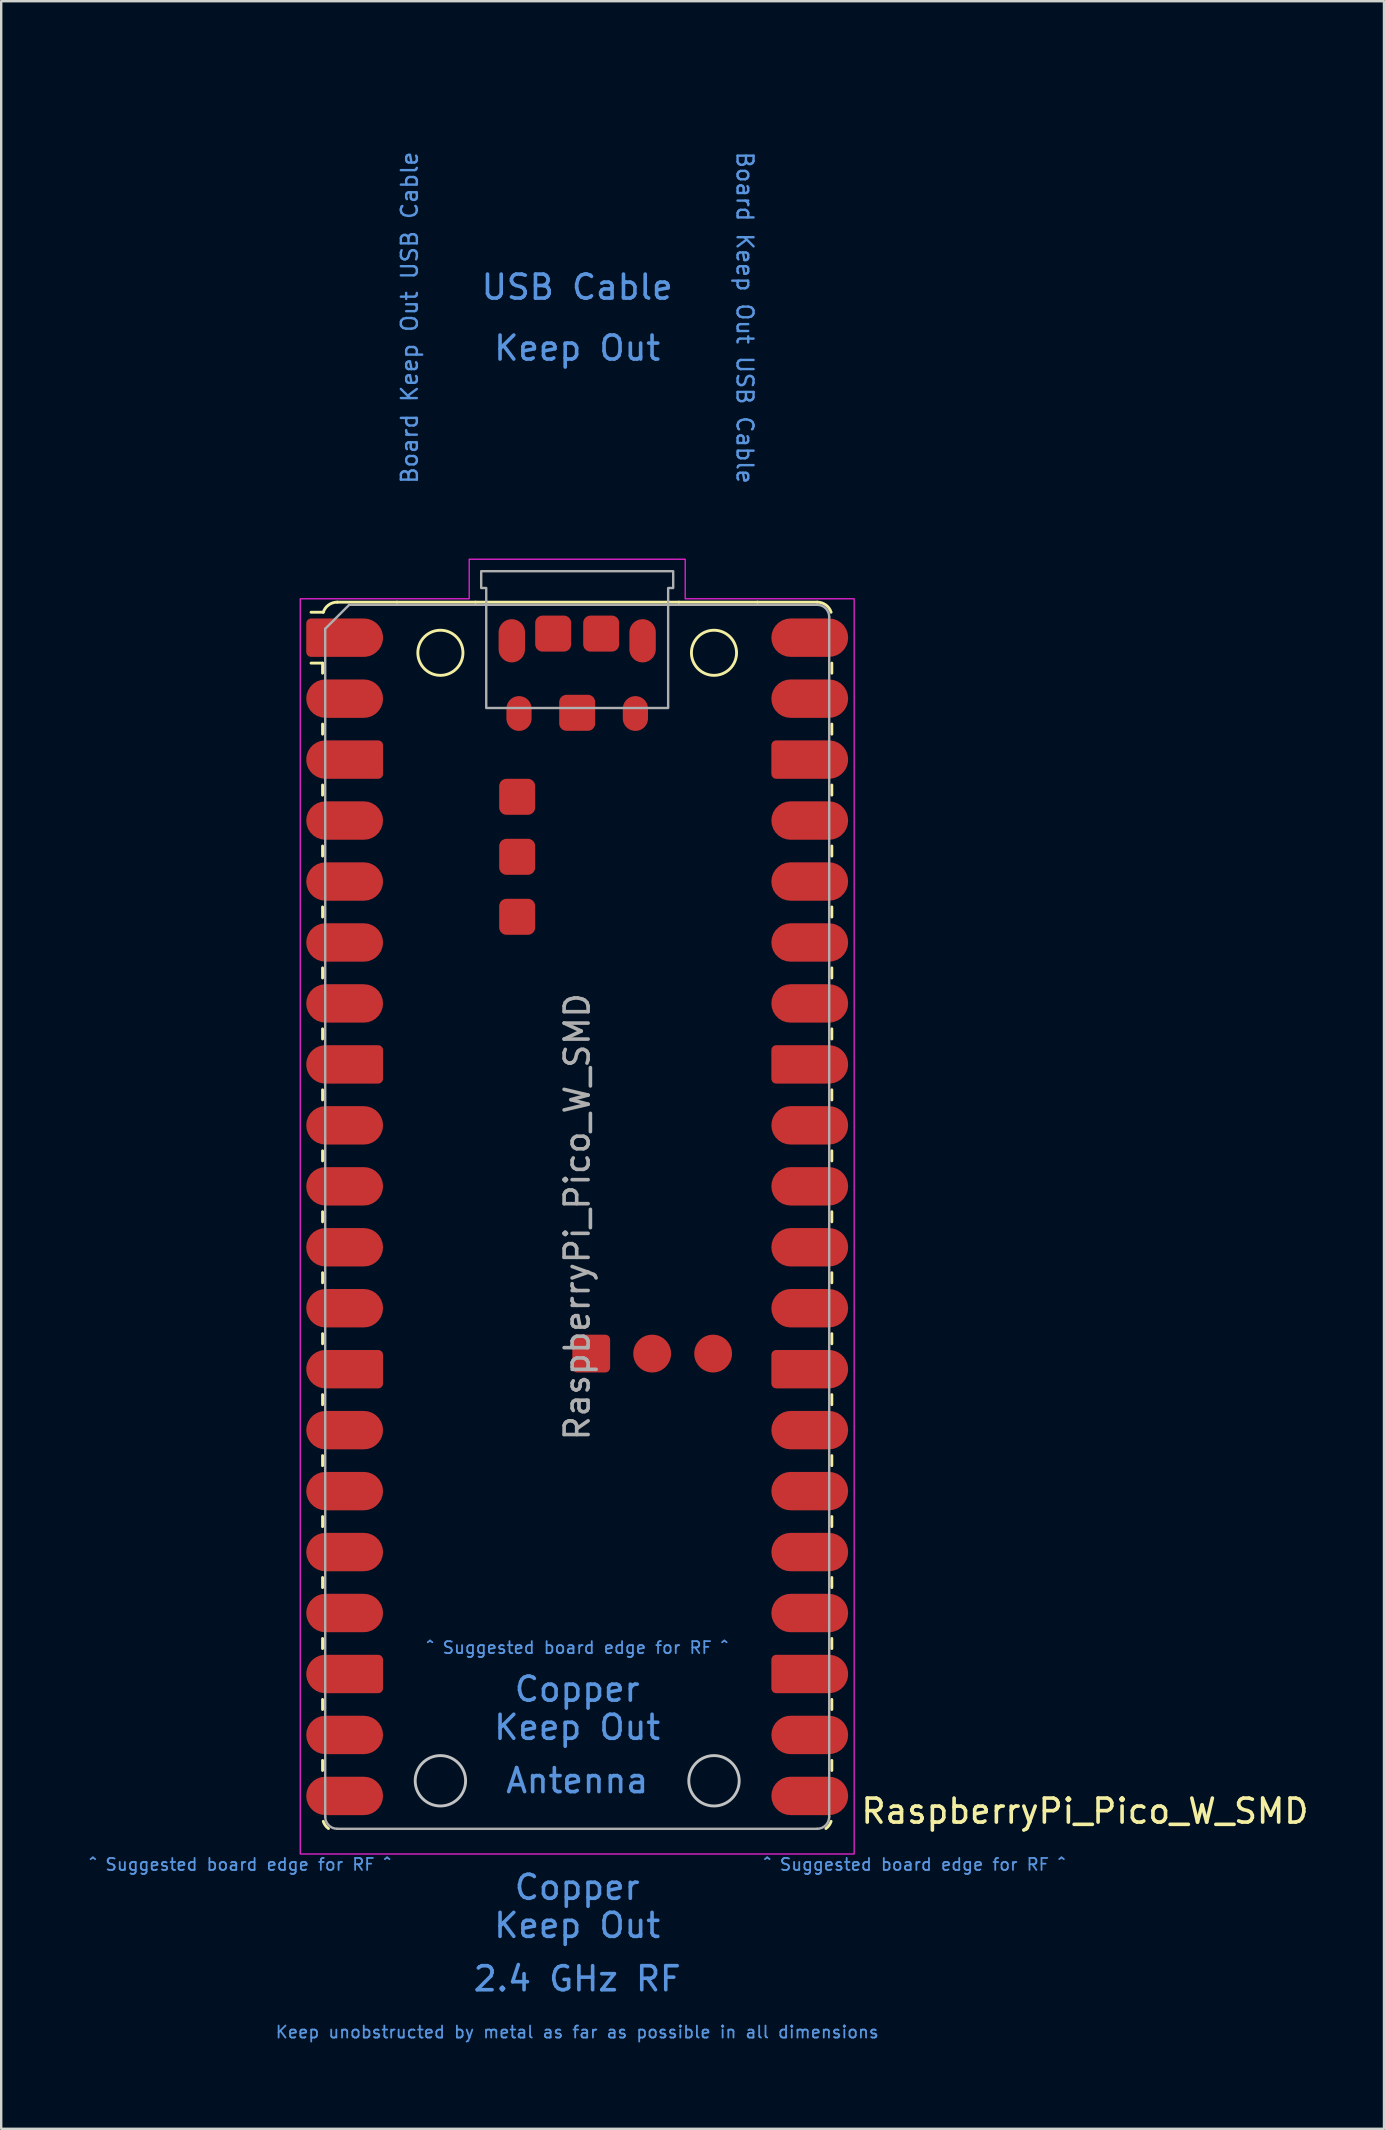
<source format=kicad_pcb>
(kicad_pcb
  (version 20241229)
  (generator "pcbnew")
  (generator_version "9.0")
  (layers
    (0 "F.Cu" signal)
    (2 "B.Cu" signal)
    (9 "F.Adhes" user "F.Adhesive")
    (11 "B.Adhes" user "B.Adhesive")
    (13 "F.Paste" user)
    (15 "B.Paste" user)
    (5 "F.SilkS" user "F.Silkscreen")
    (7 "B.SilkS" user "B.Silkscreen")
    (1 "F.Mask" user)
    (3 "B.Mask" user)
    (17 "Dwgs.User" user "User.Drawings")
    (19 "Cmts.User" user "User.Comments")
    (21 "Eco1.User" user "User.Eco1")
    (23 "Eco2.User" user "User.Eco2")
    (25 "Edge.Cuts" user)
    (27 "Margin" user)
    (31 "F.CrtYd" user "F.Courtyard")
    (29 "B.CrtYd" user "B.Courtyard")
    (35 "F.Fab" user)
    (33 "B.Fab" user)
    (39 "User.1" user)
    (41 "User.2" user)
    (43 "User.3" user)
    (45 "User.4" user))
  (footprint "RaspberryPi_Pico_W_SMD"
    (layer "F.Cu")
    (at 21 47.65)
    (property "Reference" "RaspberryPi_Pico_W_SMD" (at 11.748 24.765 0) (unlocked yes) (layer "F.SilkS") (effects (font (size 1 1) (thickness 0.15)) (justify left)))
    (attr smd)
    (fp_line (start -10.61 -23.07) (end -11.09 -23.07) (stroke (width 0.12) (type solid)) (layer "F.SilkS"))
    (fp_line (start -10.61 -23.07) (end -10.61 -22.65) (stroke (width 0.12) (type solid)) (layer "F.SilkS"))
    (fp_line (start -10.61 -20.53) (end -10.61 -20.11) (stroke (width 0.12) (type solid)) (layer "F.SilkS"))
    (fp_line (start -10.61 -17.99) (end -10.61 -17.57) (stroke (width 0.12) (type solid)) (layer "F.SilkS"))
    (fp_line (start -10.61 -15.45) (end -10.61 -15.03) (stroke (width 0.12) (type solid)) (layer "F.SilkS"))
    (fp_line (start -10.61 -12.91) (end -10.61 -12.49) (stroke (width 0.12) (type solid)) (layer "F.SilkS"))
    (fp_line (start -10.61 -10.37) (end -10.61 -9.95) (stroke (width 0.12) (type solid)) (layer "F.SilkS"))
    (fp_line (start -10.61 -7.83) (end -10.61 -7.41) (stroke (width 0.12) (type solid)) (layer "F.SilkS"))
    (fp_line (start -10.61 -5.29) (end -10.61 -4.87) (stroke (width 0.12) (type solid)) (layer "F.SilkS"))
    (fp_line (start -10.61 -2.75) (end -10.61 -2.33) (stroke (width 0.12) (type solid)) (layer "F.SilkS"))
    (fp_line (start -10.61 -0.21) (end -10.61 0.21) (stroke (width 0.12) (type solid)) (layer "F.SilkS"))
    (fp_line (start -10.61 2.33) (end -10.61 2.75) (stroke (width 0.12) (type solid)) (layer "F.SilkS"))
    (fp_line (start -10.61 4.87) (end -10.61 5.29) (stroke (width 0.12) (type solid)) (layer "F.SilkS"))
    (fp_line (start -10.61 7.41) (end -10.61 7.83) (stroke (width 0.12) (type solid)) (layer "F.SilkS"))
    (fp_line (start -10.61 9.95) (end -10.61 10.37) (stroke (width 0.12) (type solid)) (layer "F.SilkS"))
    (fp_line (start -10.61 12.49) (end -10.61 12.91) (stroke (width 0.12) (type solid)) (layer "F.SilkS"))
    (fp_line (start -10.61 15.03) (end -10.61 15.45) (stroke (width 0.12) (type solid)) (layer "F.SilkS"))
    (fp_line (start -10.61 17.57) (end -10.61 17.99) (stroke (width 0.12) (type solid)) (layer "F.SilkS"))
    (fp_line (start -10.61 20.11) (end -10.61 20.53) (stroke (width 0.12) (type solid)) (layer "F.SilkS"))
    (fp_line (start -10.61 22.65) (end -10.61 23.07) (stroke (width 0.12) (type solid)) (layer "F.SilkS"))
    (fp_line (start -10.58 -25.19) (end -11.09 -25.19) (stroke (width 0.12) (type solid)) (layer "F.SilkS"))
    (fp_line (start -10 -25.61) (end -7.51 -25.61) (stroke (width 0.12) (type solid)) (layer "F.SilkS"))
    (fp_line (start -7.51 -25.61) (end -4.235 -25.61) (stroke (width 0.12) (type solid)) (layer "F.SilkS"))
    (fp_line (start -4.235 -25.61) (end 4.235 -25.61) (stroke (width 0.12) (type solid)) (layer "F.SilkS"))
    (fp_line (start 4.235 -25.61) (end 7.51 -25.61) (stroke (width 0.12) (type solid)) (layer "F.SilkS"))
    (fp_line (start 10 -25.61) (end 7.51 -25.61) (stroke (width 0.12) (type solid)) (layer "F.SilkS"))
    (fp_line (start 10.61 -23.07) (end 10.61 -22.65) (stroke (width 0.12) (type solid)) (layer "F.SilkS"))
    (fp_line (start 10.61 -20.53) (end 10.61 -20.11) (stroke (width 0.12) (type solid)) (layer "F.SilkS"))
    (fp_line (start 10.61 -17.99) (end 10.61 -17.57) (stroke (width 0.12) (type solid)) (layer "F.SilkS"))
    (fp_line (start 10.61 -15.45) (end 10.61 -15.03) (stroke (width 0.12) (type solid)) (layer "F.SilkS"))
    (fp_line (start 10.61 -12.91) (end 10.61 -12.49) (stroke (width 0.12) (type solid)) (layer "F.SilkS"))
    (fp_line (start 10.61 -10.37) (end 10.61 -9.95) (stroke (width 0.12) (type solid)) (layer "F.SilkS"))
    (fp_line (start 10.61 -7.83) (end 10.61 -7.41) (stroke (width 0.12) (type solid)) (layer "F.SilkS"))
    (fp_line (start 10.61 -5.29) (end 10.61 -4.87) (stroke (width 0.12) (type solid)) (layer "F.SilkS"))
    (fp_line (start 10.61 -2.75) (end 10.61 -2.33) (stroke (width 0.12) (type solid)) (layer "F.SilkS"))
    (fp_line (start 10.61 -0.21) (end 10.61 0.21) (stroke (width 0.12) (type solid)) (layer "F.SilkS"))
    (fp_line (start 10.61 2.33) (end 10.61 2.75) (stroke (width 0.12) (type solid)) (layer "F.SilkS"))
    (fp_line (start 10.61 4.87) (end 10.61 5.29) (stroke (width 0.12) (type solid)) (layer "F.SilkS"))
    (fp_line (start 10.61 7.41) (end 10.61 7.83) (stroke (width 0.12) (type solid)) (layer "F.SilkS"))
    (fp_line (start 10.61 9.95) (end 10.61 10.37) (stroke (width 0.12) (type solid)) (layer "F.SilkS"))
    (fp_line (start 10.61 12.49) (end 10.61 12.91) (stroke (width 0.12) (type solid)) (layer "F.SilkS"))
    (fp_line (start 10.61 15.03) (end 10.61 15.45) (stroke (width 0.12) (type solid)) (layer "F.SilkS"))
    (fp_line (start 10.61 17.57) (end 10.61 17.99) (stroke (width 0.12) (type solid)) (layer "F.SilkS"))
    (fp_line (start 10.61 20.11) (end 10.61 20.53) (stroke (width 0.12) (type solid)) (layer "F.SilkS"))
    (fp_line (start 10.61 22.65) (end 10.61 23.07) (stroke (width 0.12) (type solid)) (layer "F.SilkS"))
    (fp_arc (start -10.579676 -25.189937) (mid -10.357938 -25.493944) (end -10 -25.61) (stroke (width 0.12) (type solid)) (layer "F.SilkS"))
    (fp_arc (start -10.363318 25.49) (mid -10.494791 25.356765) (end -10.579676 25.189937) (stroke (width 0.12) (type solid)) (layer "F.SilkS"))
    (fp_arc (start 10 -25.61) (mid 10.357937 -25.493944) (end 10.579676 -25.189937) (stroke (width 0.12) (type solid)) (layer "F.SilkS"))
    (fp_arc (start 10.579676 25.189937) (mid 10.494798 25.356768) (end 10.363318 25.49) (stroke (width 0.12) (type solid)) (layer "F.SilkS"))
    (fp_circle (center -5.7 -23.5) (end -4.76 -23.5) (stroke (width 0.12) (type solid)) (fill no) (layer "F.SilkS"))
    (fp_circle (center 5.7 -23.5) (end 6.64 -23.5) (stroke (width 0.12) (type solid)) (fill no) (layer "F.SilkS"))
    (fp_circle (center -5.7 23.5) (end -4.65 23.5) (stroke (width 0.12) (type solid)) (fill no) (layer "Dwgs.User"))
    (fp_circle (center 5.7 23.5) (end 6.75 23.5) (stroke (width 0.12) (type solid)) (fill no) (layer "Dwgs.User"))
    (fp_poly (pts (xy -4.5 -27.4) (xy 4.5 -27.4) (xy 4.5 -25.75) (xy 11.54 -25.75) (xy 11.54 26.55) (xy -11.54 26.55) (xy -11.54 -25.75) (xy -4.5 -25.75)) (stroke (width 0.05) (type solid)) (fill no) (layer "F.CrtYd"))
    (fp_line (start -10.5 -24.5) (end -9.5 -25.5) (stroke (width 0.1) (type solid)) (layer "F.Fab"))
    (fp_line (start -10.5 25) (end -10.5 -24.5) (stroke (width 0.1) (type solid)) (layer "F.Fab"))
    (fp_line (start -9.5 -25.5) (end 10 -25.5) (stroke (width 0.1) (type solid)) (layer "F.Fab"))
    (fp_line (start 10 25.5) (end -10 25.5) (stroke (width 0.1) (type solid)) (layer "F.Fab"))
    (fp_line (start 10.5 -25) (end 10.5 25) (stroke (width 0.1) (type solid)) (layer "F.Fab"))
    (fp_arc (start -10 25.5) (mid -10.353553 25.353553) (end -10.5 25) (stroke (width 0.1) (type solid)) (layer "F.Fab"))
    (fp_arc (start 10 -25.5) (mid 10.353553 -25.353553) (end 10.5 -25) (stroke (width 0.1) (type solid)) (layer "F.Fab"))
    (fp_arc (start 10.5 25) (mid 10.353553 25.353553) (end 10 25.5) (stroke (width 0.1) (type solid)) (layer "F.Fab"))
    (fp_poly (pts (xy 3.79 -21.2) (xy 3.79 -26.2) (xy 4 -26.2) (xy 4 -26.9) (xy -4 -26.9) (xy -4 -26.2) (xy -3.79 -26.2) (xy -3.79 -21.2)) (stroke (width 0.1) (type solid)) (fill no) (layer "F.Fab"))
    (fp_text user "2.4 GHz RF" (at 0 31.75 0) (unlocked yes) (layer "Cmts.User") (effects (font (size 1 1) (thickness 0.15))))
    (fp_text user "Board Keep Out USB Cable" (at 6.985 -37.465 270) (unlocked yes) (layer "Cmts.User") (effects (font (size 0.667 0.667) (thickness 0.1))))
    (fp_text user "USB Cable" (at 0 -38.735 0) (unlocked yes) (layer "Cmts.User") (effects (font (size 1 1) (thickness 0.15))))
    (fp_text user "Board Keep Out USB Cable" (at -6.985 -37.465 90) (unlocked yes) (layer "Cmts.User") (effects (font (size 0.667 0.667) (thickness 0.1))))
    (fp_text user "Antenna" (at 0 23.495 0) (unlocked yes) (layer "Cmts.User") (effects (font (size 1 1) (thickness 0.15))))
    (fp_text user "^ Suggested board edge for RF ^" (at -14.05 26.988 0) (unlocked yes) (layer "Cmts.User") (effects (font (size 0.5 0.5) (thickness 0.075))))
    (fp_text user "Keep Out" (at 0 -36.195 0) (unlocked yes) (layer "Cmts.User") (effects (font (size 1 1) (thickness 0.15))))
    (fp_text user "Keep unobstructed by metal as far as possible in all dimensions" (at 0 33.972 0) (unlocked yes) (layer "Cmts.User") (effects (font (size 0.5 0.5) (thickness 0.075))))
    (fp_text user "Keep Out" (at 0 21.273 0) (unlocked yes) (layer "Cmts.User") (effects (font (size 1 1) (thickness 0.15))))
    (fp_text user "^ Suggested board edge for RF ^" (at 0 17.953 0) (unlocked yes) (layer "Cmts.User") (effects (font (size 0.5 0.5) (thickness 0.075))))
    (fp_text user "Keep Out" (at 0 29.527 0) (unlocked yes) (layer "Cmts.User") (effects (font (size 1 1) (thickness 0.15))))
    (fp_text user "Copper" (at 0 27.94 0) (unlocked yes) (layer "Cmts.User") (effects (font (size 1 1) (thickness 0.15))))
    (fp_text user "^ Suggested board edge for RF ^" (at 14.05 26.988 0) (unlocked yes) (layer "Cmts.User") (effects (font (size 0.5 0.5) (thickness 0.075))))
    (fp_text user "Copper" (at 0 19.685 0) (unlocked yes) (layer "Cmts.User") (effects (font (size 1 1) (thickness 0.15))))
    (fp_text user "${REFERENCE}" (at 0 0 90) (layer "F.Fab") (effects (font (size 1 1) (thickness 0.15))))
    (pad "" smd oval (at -2.725 -24) (size 1.1 1.8) (layers "F.Cu" "F.Mask" "F.Paste"))
    (pad "" smd oval (at -2.425 -20.97) (size 1.05 1.45) (layers "F.Cu" "F.Mask" "F.Paste"))
    (pad "" smd oval (at 2.425 -20.97) (size 1.05 1.45) (layers "F.Cu" "F.Mask" "F.Paste"))
    (pad "" smd oval (at 2.725 -24) (size 1.1 1.8) (layers "F.Cu" "F.Mask" "F.Paste"))
    (pad "1" smd custom (at -8.89 -24.13) (size 1.6 1.6) (layers "F.Cu" "F.Mask" "F.Paste") (options (anchor circle)) (primitives (gr_poly (pts (xy -2.4 0.6) (xy -2.4 -0.6) (xy -2.2 -0.8) (xy 0 -0.8) (xy 0 0.8) (xy -2.2 0.8)) (width 0) (fill yes)) (gr_circle (center -2.2 0.6) (end -2 0.6) (width 0) (fill yes)) (gr_circle (center -2.2 -0.6) (end -2 -0.6) (width 0) (fill yes))))
    (pad "2" smd roundrect (at -8.89 -21.59) (size 3.2 1.6) (drill (offset -0.8 0)) (layers "F.Cu" "F.Mask" "F.Paste") (roundrect_rratio 0.5))
    (pad "3" smd custom (at -8.89 -19.05) (size 1.6 1.6) (layers "F.Cu" "F.Mask" "F.Paste") (options (anchor circle)) (primitives (gr_poly (pts (xy 0.8 -0.6) (xy 0.8 0.6) (xy 0.6 0.8) (xy -1.6 0.8) (xy -1.6 -0.8) (xy 0.6 -0.8)) (width 0) (fill yes)) (gr_circle (center 0.6 0.6) (end 0.8 0.6) (width 0) (fill yes)) (gr_circle (center 0.6 -0.6) (end 0.8 -0.6) (width 0) (fill yes)) (gr_circle (center -1.6 0) (end -0.8 0) (width 0) (fill yes))))
    (pad "4" smd roundrect (at -8.89 -16.51) (size 3.2 1.6) (drill (offset -0.8 0)) (layers "F.Cu" "F.Mask" "F.Paste") (roundrect_rratio 0.5))
    (pad "5" smd roundrect (at -8.89 -13.97) (size 3.2 1.6) (drill (offset -0.8 0)) (layers "F.Cu" "F.Mask" "F.Paste") (roundrect_rratio 0.5))
    (pad "6" smd roundrect (at -8.89 -11.43) (size 3.2 1.6) (drill (offset -0.8 0)) (layers "F.Cu" "F.Mask" "F.Paste") (roundrect_rratio 0.5))
    (pad "7" smd roundrect (at -8.89 -8.89) (size 3.2 1.6) (drill (offset -0.8 0)) (layers "F.Cu" "F.Mask" "F.Paste") (roundrect_rratio 0.5))
    (pad "8" smd custom (at -8.89 -6.35) (size 1.6 1.6) (layers "F.Cu" "F.Mask" "F.Paste") (options (anchor circle)) (primitives (gr_poly (pts (xy 0.8 -0.6) (xy 0.8 0.6) (xy 0.6 0.8) (xy -1.6 0.8) (xy -1.6 -0.8) (xy 0.6 -0.8)) (width 0) (fill yes)) (gr_circle (center 0.6 0.6) (end 0.8 0.6) (width 0) (fill yes)) (gr_circle (center 0.6 -0.6) (end 0.8 -0.6) (width 0) (fill yes)) (gr_circle (center -1.6 0) (end -0.8 0) (width 0) (fill yes))))
    (pad "9" smd roundrect (at -8.89 -3.81) (size 3.2 1.6) (drill (offset -0.8 0)) (layers "F.Cu" "F.Mask" "F.Paste") (roundrect_rratio 0.5))
    (pad "10" smd roundrect (at -8.89 -1.27) (size 3.2 1.6) (drill (offset -0.8 0)) (layers "F.Cu" "F.Mask" "F.Paste") (roundrect_rratio 0.5))
    (pad "11" smd roundrect (at -8.89 1.27) (size 3.2 1.6) (drill (offset -0.8 0)) (layers "F.Cu" "F.Mask" "F.Paste") (roundrect_rratio 0.5))
    (pad "12" smd roundrect (at -8.89 3.81) (size 3.2 1.6) (drill (offset -0.8 0)) (layers "F.Cu" "F.Mask" "F.Paste") (roundrect_rratio 0.5))
    (pad "13" smd custom (at -8.89 6.35) (size 1.6 1.6) (layers "F.Cu" "F.Mask" "F.Paste") (options (anchor circle)) (primitives (gr_poly (pts (xy 0.8 -0.6) (xy 0.8 0.6) (xy 0.6 0.8) (xy -1.6 0.8) (xy -1.6 -0.8) (xy 0.6 -0.8)) (width 0) (fill yes)) (gr_circle (center 0.6 0.6) (end 0.8 0.6) (width 0) (fill yes)) (gr_circle (center 0.6 -0.6) (end 0.8 -0.6) (width 0) (fill yes)) (gr_circle (center -1.6 0) (end -0.8 0) (width 0) (fill yes))))
    (pad "14" smd roundrect (at -8.89 8.89) (size 3.2 1.6) (drill (offset -0.8 0)) (layers "F.Cu" "F.Mask" "F.Paste") (roundrect_rratio 0.5))
    (pad "15" smd roundrect (at -8.89 11.43) (size 3.2 1.6) (drill (offset -0.8 0)) (layers "F.Cu" "F.Mask" "F.Paste") (roundrect_rratio 0.5))
    (pad "16" smd roundrect (at -8.89 13.97) (size 3.2 1.6) (drill (offset -0.8 0)) (layers "F.Cu" "F.Mask" "F.Paste") (roundrect_rratio 0.5))
    (pad "17" smd roundrect (at -8.89 16.51) (size 3.2 1.6) (drill (offset -0.8 0)) (layers "F.Cu" "F.Mask" "F.Paste") (roundrect_rratio 0.5))
    (pad "18" smd custom (at -8.89 19.05) (size 1.6 1.6) (layers "F.Cu" "F.Mask" "F.Paste") (options (anchor circle)) (primitives (gr_poly (pts (xy 0.8 -0.6) (xy 0.8 0.6) (xy 0.6 0.8) (xy -1.6 0.8) (xy -1.6 -0.8) (xy 0.6 -0.8)) (width 0) (fill yes)) (gr_circle (center 0.6 0.6) (end 0.8 0.6) (width 0) (fill yes)) (gr_circle (center 0.6 -0.6) (end 0.8 -0.6) (width 0) (fill yes)) (gr_circle (center -1.6 0) (end -0.8 0) (width 0) (fill yes))))
    (pad "19" smd roundrect (at -8.89 21.59) (size 3.2 1.6) (drill (offset -0.8 0)) (layers "F.Cu" "F.Mask" "F.Paste") (roundrect_rratio 0.5))
    (pad "20" smd roundrect (at -8.89 24.13) (size 3.2 1.6) (drill (offset -0.8 0)) (layers "F.Cu" "F.Mask" "F.Paste") (roundrect_rratio 0.5))
    (pad "21" smd roundrect (at 8.89 24.13) (size 3.2 1.6) (drill (offset 0.8 0)) (layers "F.Cu" "F.Mask" "F.Paste") (roundrect_rratio 0.5))
    (pad "22" smd roundrect (at 8.89 21.59) (size 3.2 1.6) (drill (offset 0.8 0)) (layers "F.Cu" "F.Mask" "F.Paste") (roundrect_rratio 0.5))
    (pad "23" smd custom (at 8.89 19.05) (size 1.6 1.6) (layers "F.Cu" "F.Mask" "F.Paste") (options (anchor circle)) (primitives (gr_poly (pts (xy -0.8 -0.6) (xy -0.8 0.6) (xy -0.6 0.8) (xy 1.6 0.8) (xy 1.6 -0.8) (xy -0.6 -0.8)) (width 0) (fill yes)) (gr_circle (center -0.6 0.6) (end -0.4 0.6) (width 0) (fill yes)) (gr_circle (center -0.6 -0.6) (end -0.4 -0.6) (width 0) (fill yes)) (gr_circle (center 1.6 0) (end 2.4 0) (width 0) (fill yes))))
    (pad "24" smd roundrect (at 8.89 16.51) (size 3.2 1.6) (drill (offset 0.8 0)) (layers "F.Cu" "F.Mask" "F.Paste") (roundrect_rratio 0.5))
    (pad "25" smd roundrect (at 8.89 13.97) (size 3.2 1.6) (drill (offset 0.8 0)) (layers "F.Cu" "F.Mask" "F.Paste") (roundrect_rratio 0.5))
    (pad "26" smd roundrect (at 8.89 11.43) (size 3.2 1.6) (drill (offset 0.8 0)) (layers "F.Cu" "F.Mask" "F.Paste") (roundrect_rratio 0.5))
    (pad "27" smd roundrect (at 8.89 8.89) (size 3.2 1.6) (drill (offset 0.8 0)) (layers "F.Cu" "F.Mask" "F.Paste") (roundrect_rratio 0.5))
    (pad "28" smd custom (at 8.89 6.35) (size 1.6 1.6) (layers "F.Cu" "F.Mask" "F.Paste") (options (anchor circle)) (primitives (gr_poly (pts (xy -0.8 -0.6) (xy -0.8 0.6) (xy -0.6 0.8) (xy 1.6 0.8) (xy 1.6 -0.8) (xy -0.6 -0.8)) (width 0) (fill yes)) (gr_circle (center -0.6 0.6) (end -0.4 0.6) (width 0) (fill yes)) (gr_circle (center -0.6 -0.6) (end -0.4 -0.6) (width 0) (fill yes)) (gr_circle (center 1.6 0) (end 2.4 0) (width 0) (fill yes))))
    (pad "29" smd roundrect (at 8.89 3.81) (size 3.2 1.6) (drill (offset 0.8 0)) (layers "F.Cu" "F.Mask" "F.Paste") (roundrect_rratio 0.5))
    (pad "30" smd roundrect (at 8.89 1.27) (size 3.2 1.6) (drill (offset 0.8 0)) (layers "F.Cu" "F.Mask" "F.Paste") (roundrect_rratio 0.5))
    (pad "31" smd roundrect (at 8.89 -1.27) (size 3.2 1.6) (drill (offset 0.8 0)) (layers "F.Cu" "F.Mask" "F.Paste") (roundrect_rratio 0.5))
    (pad "32" smd roundrect (at 8.89 -3.81) (size 3.2 1.6) (drill (offset 0.8 0)) (layers "F.Cu" "F.Mask" "F.Paste") (roundrect_rratio 0.5))
    (pad "33" smd custom (at 8.89 -6.35) (size 1.6 1.6) (layers "F.Cu" "F.Mask" "F.Paste") (options (anchor circle)) (primitives (gr_poly (pts (xy -0.8 -0.6) (xy -0.8 0.6) (xy -0.6 0.8) (xy 1.6 0.8) (xy 1.6 -0.8) (xy -0.6 -0.8)) (width 0) (fill yes)) (gr_circle (center -0.6 0.6) (end -0.4 0.6) (width 0) (fill yes)) (gr_circle (center -0.6 -0.6) (end -0.4 -0.6) (width 0) (fill yes)) (gr_circle (center 1.6 0) (end 2.4 0) (width 0) (fill yes))))
    (pad "34" smd roundrect (at 8.89 -8.89) (size 3.2 1.6) (drill (offset 0.8 0)) (layers "F.Cu" "F.Mask" "F.Paste") (roundrect_rratio 0.5))
    (pad "35" smd roundrect (at 8.89 -11.43) (size 3.2 1.6) (drill (offset 0.8 0)) (layers "F.Cu" "F.Mask" "F.Paste") (roundrect_rratio 0.5))
    (pad "36" smd roundrect (at 8.89 -13.97) (size 3.2 1.6) (drill (offset 0.8 0)) (layers "F.Cu" "F.Mask" "F.Paste") (roundrect_rratio 0.5))
    (pad "37" smd roundrect (at 8.89 -16.51) (size 3.2 1.6) (drill (offset 0.8 0)) (layers "F.Cu" "F.Mask" "F.Paste") (roundrect_rratio 0.5))
    (pad "38" smd custom (at 8.89 -19.05) (size 1.6 1.6) (layers "F.Cu" "F.Mask" "F.Paste") (options (anchor circle)) (primitives (gr_poly (pts (xy -0.8 -0.6) (xy -0.8 0.6) (xy -0.6 0.8) (xy 1.6 0.8) (xy 1.6 -0.8) (xy -0.6 -0.8)) (width 0) (fill yes)) (gr_circle (center -0.6 0.6) (end -0.4 0.6) (width 0) (fill yes)) (gr_circle (center -0.6 -0.6) (end -0.4 -0.6) (width 0) (fill yes)) (gr_circle (center 1.6 0) (end 2.4 0) (width 0) (fill yes))))
    (pad "39" smd roundrect (at 8.89 -21.59) (size 3.2 1.6) (drill (offset 0.8 0)) (layers "F.Cu" "F.Mask" "F.Paste") (roundrect_rratio 0.5))
    (pad "40" smd roundrect (at 8.89 -24.13) (size 3.2 1.6) (drill (offset 0.8 0)) (layers "F.Cu" "F.Mask" "F.Paste") (roundrect_rratio 0.5))
    (pad "D1" smd roundrect (at 0.584 5.7) (size 1.575 1.575) (layers "F.Cu" "F.Mask" "F.Paste") (roundrect_rratio 0.127))
    (pad "D2" smd circle (at 3.124 5.7) (size 1.575 1.575) (layers "F.Cu" "F.Mask" "F.Paste"))
    (pad "D3" smd circle (at 5.664 5.7) (size 1.575 1.575) (layers "F.Cu" "F.Mask" "F.Paste"))
    (pad "TP1" smd roundrect (at 0 -21) (size 1.5 1.5) (layers "F.Cu" "F.Mask" "F.Paste") (roundrect_rratio 0.2))
    (pad "TP2" smd roundrect (at 1 -24.3) (size 1.5 1.5) (layers "F.Cu" "F.Mask" "F.Paste") (roundrect_rratio 0.2))
    (pad "TP3" smd roundrect (at -1 -24.3) (size 1.5 1.5) (layers "F.Cu" "F.Mask" "F.Paste") (roundrect_rratio 0.2))
    (pad "TP4" smd roundrect (at -2.5 -17.5) (size 1.5 1.5) (layers "F.Cu" "F.Mask" "F.Paste") (roundrect_rratio 0.2))
    (pad "TP5" smd roundrect (at -2.5 -15) (size 1.5 1.5) (layers "F.Cu" "F.Mask" "F.Paste") (roundrect_rratio 0.2))
    (pad "TP6" smd roundrect (at -2.5 -12.5) (size 1.5 1.5) (layers "F.Cu" "F.Mask" "F.Paste") (roundrect_rratio 0.2))
    (zone (net_name "") (layers "F.Cu" "B.Cu" "F.Paste" "B.Paste") (name "RF Copper Keep Out") (hatch full 0.5) (connect_pads) (min_thickness 0.254) (filled_areas_thickness no) (keepout (tracks not_allowed) (vias not_allowed) (pads not_allowed) (copperpour not_allowed) (footprints not_allowed)) (placement (enabled no)) (fill) (polygon (pts (xy 0 72.65) (xy 42 72.65) (xy 42 82.65) (xy 0 82.65))))
    (zone (net_name "") (layers "F.Cu" "B.Cu" "F.Paste" "B.Paste") (name "Antenna Copper Keep Out") (hatch full 0.5) (connect_pads) (min_thickness 0.254) (filled_areas_thickness no) (keepout (tracks not_allowed) (vias not_allowed) (pads not_allowed) (copperpour not_allowed) (footprints not_allowed)) (placement (enabled no)) (fill) (polygon (pts (xy 18.6 72.64) (xy 13.9 68.99) (xy 13.9 64.65) (xy 28.1 64.65) (xy 28.1 68.99) (xy 23.4 72.64) (xy 23.4 72.65) (xy 18.6 72.65))))
    (zone (net_name "") (layer "Edge.Cuts") (name "Board Keep Out USB Cable") (hatch edge 0.5) (connect_pads) (min_thickness 0.254) (filled_areas_thickness no) (keepout (tracks allowed) (vias allowed) (pads allowed) (copperpour allowed) (footprints allowed)) (placement (enabled no)) (fill) (polygon (pts (xy 14.8 0) (xy 27.2 0) (xy 27.2 20.4) (xy 14.8 20.4))))
    (zone (net_name "") (layer "Edge.Cuts") (name "Board Keep Out Suggestion RF") (hatch edge 0.5) (connect_pads) (min_thickness 0.254) (filled_areas_thickness no) (keepout (tracks allowed) (vias allowed) (pads allowed) (copperpour allowed) (footprints allowed)) (placement (enabled no)) (fill) (polygon (pts (xy 28.1 73.65) (xy 42 73.65) (xy 42 82.65) (xy 0 82.65) (xy 0 73.65) (xy 13.9 73.65) (xy 13.9 64.65) (xy 28.1 64.65))))
    (zone (net_name "") (layer "F.CrtYd") (name "USB Cable Keep Out") (hatch full 0.5) (connect_pads) (min_thickness 0.254) (filled_areas_thickness no) (keepout (tracks allowed) (vias allowed) (pads allowed) (copperpour allowed) (footprints not_allowed)) (placement (enabled no)) (fill) (polygon (pts (xy 15.25 19.95) (xy 17.06 19.95) (xy 17.06 20.25) (xy 24.94 20.25) (xy 24.94 19.95) (xy 26.75 19.95) (xy 26.75 0.45) (xy 15.25 0.45)))))
  (gr_rect
    (start -3 -3)
    (end 54.617 85.65)
    (stroke (width 0.1) (type default))
    (fill no)
    (layer "Edge.Cuts")))
</source>
